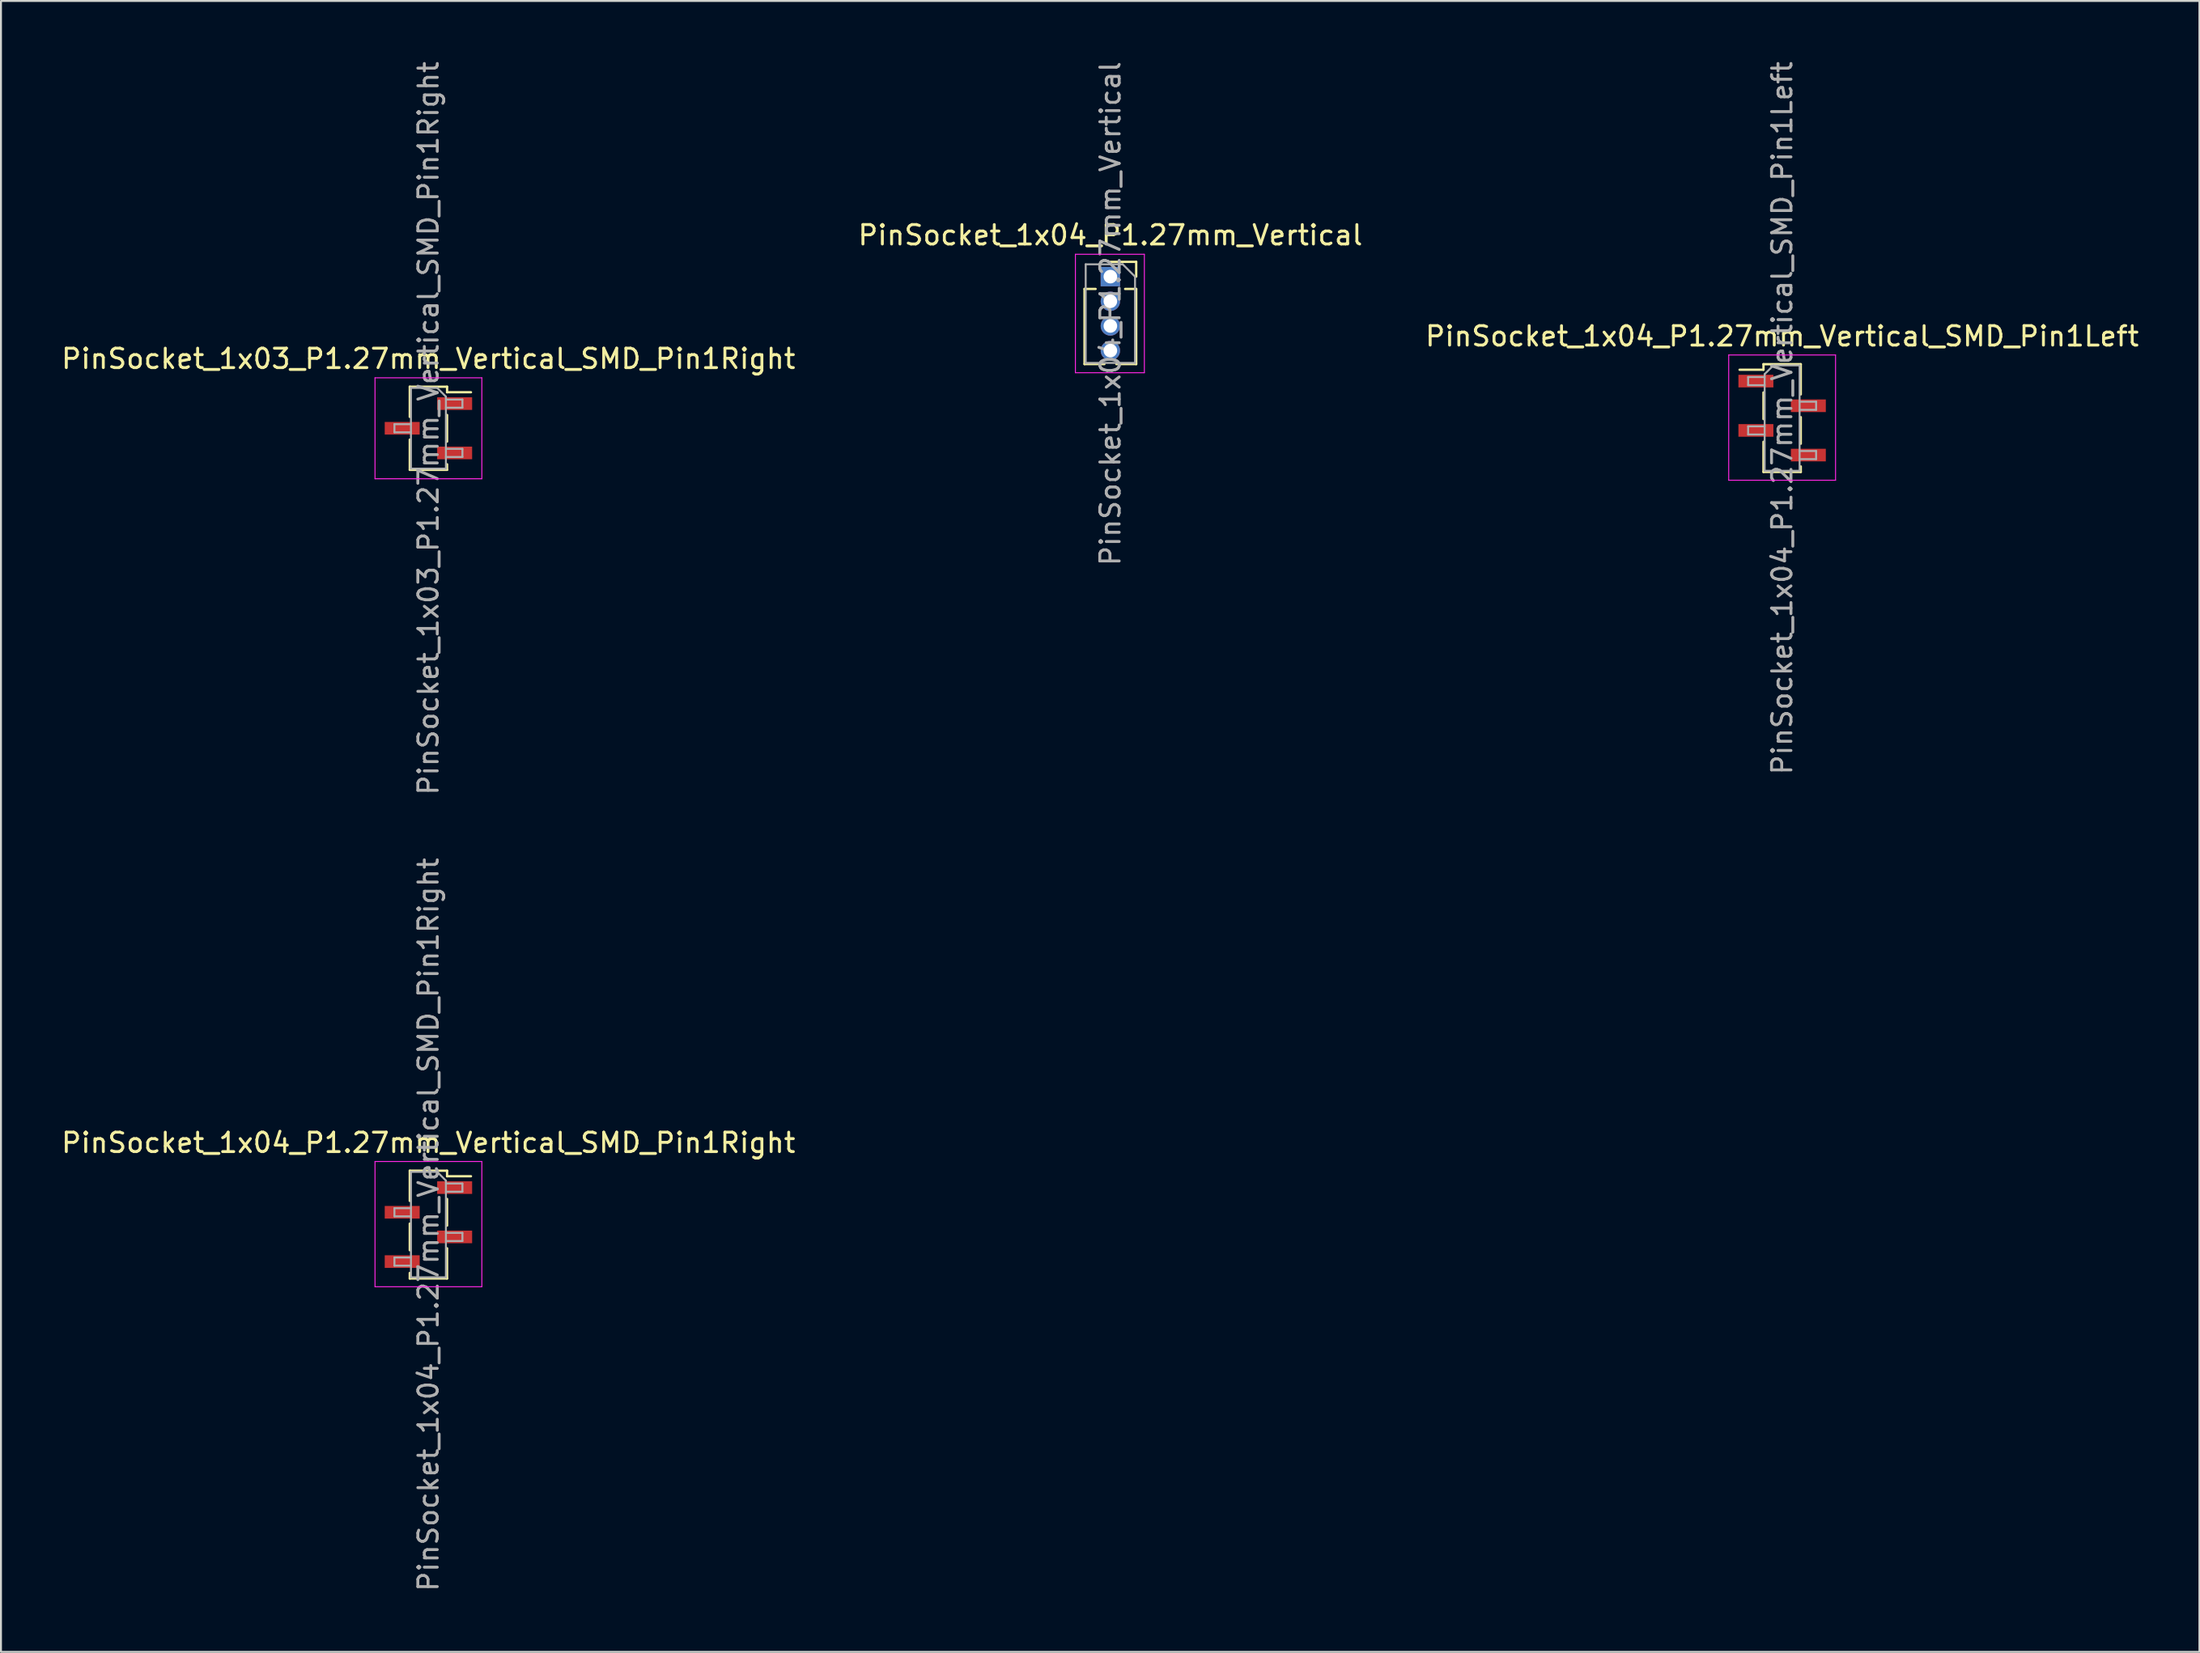
<source format=kicad_pcb>
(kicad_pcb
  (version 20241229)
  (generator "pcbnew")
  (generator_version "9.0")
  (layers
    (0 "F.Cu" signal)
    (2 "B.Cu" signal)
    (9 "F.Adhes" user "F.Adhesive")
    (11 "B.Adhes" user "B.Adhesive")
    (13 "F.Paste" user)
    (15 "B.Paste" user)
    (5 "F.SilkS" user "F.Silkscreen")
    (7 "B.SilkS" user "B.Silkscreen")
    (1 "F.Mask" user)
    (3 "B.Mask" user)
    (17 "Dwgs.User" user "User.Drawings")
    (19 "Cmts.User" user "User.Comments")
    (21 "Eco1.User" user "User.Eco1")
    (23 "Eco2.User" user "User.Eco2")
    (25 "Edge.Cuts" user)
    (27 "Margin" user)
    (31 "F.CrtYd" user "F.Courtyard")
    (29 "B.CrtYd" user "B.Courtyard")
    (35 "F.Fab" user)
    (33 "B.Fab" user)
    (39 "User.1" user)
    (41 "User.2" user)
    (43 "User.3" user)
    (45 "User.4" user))
  (footprint "PinSocket_1x04_P1.27mm_Vertical_SMD_Pin1Right"
    (layer "F.Cu")
    (at 19.006 60.018)
    (property "Reference" "PinSocket_1x04_P1.27mm_Vertical_SMD_Pin1Right" (at 0 -4.215 0) (layer "F.SilkS") (effects (font (size 1 1) (thickness 0.15))))
    (attr smd)
    (fp_line (start -0.96 -2.775) (end -0.96 -1.22) (stroke (width 0.12) (type solid)) (layer "F.SilkS"))
    (fp_line (start -0.96 -2.775) (end 0.96 -2.775) (stroke (width 0.12) (type solid)) (layer "F.SilkS"))
    (fp_line (start -0.96 -0.05) (end -0.96 1.32) (stroke (width 0.12) (type solid)) (layer "F.SilkS"))
    (fp_line (start -0.96 2.49) (end -0.96 2.775) (stroke (width 0.12) (type solid)) (layer "F.SilkS"))
    (fp_line (start -0.96 2.775) (end 0.96 2.775) (stroke (width 0.12) (type solid)) (layer "F.SilkS"))
    (fp_line (start 0.96 -2.775) (end 0.96 -2.49) (stroke (width 0.12) (type solid)) (layer "F.SilkS"))
    (fp_line (start 0.96 -2.49) (end 2.19 -2.49) (stroke (width 0.12) (type solid)) (layer "F.SilkS"))
    (fp_line (start 0.96 -1.32) (end 0.96 0.05) (stroke (width 0.12) (type solid)) (layer "F.SilkS"))
    (fp_line (start 0.96 1.22) (end 0.96 2.775) (stroke (width 0.12) (type solid)) (layer "F.SilkS"))
    (fp_line (start -2.75 -3.25) (end 2.75 -3.25) (stroke (width 0.05) (type solid)) (layer "F.CrtYd"))
    (fp_line (start -2.75 3.2) (end -2.75 -3.25) (stroke (width 0.05) (type solid)) (layer "F.CrtYd"))
    (fp_line (start 2.75 -3.25) (end 2.75 3.2) (stroke (width 0.05) (type solid)) (layer "F.CrtYd"))
    (fp_line (start 2.75 3.2) (end -2.75 3.2) (stroke (width 0.05) (type solid)) (layer "F.CrtYd"))
    (fp_line (start -1.75 -0.845) (end -0.9 -0.845) (stroke (width 0.1) (type solid)) (layer "F.Fab"))
    (fp_line (start -1.75 -0.425) (end -1.75 -0.845) (stroke (width 0.1) (type solid)) (layer "F.Fab"))
    (fp_line (start -1.75 1.695) (end -0.9 1.695) (stroke (width 0.1) (type solid)) (layer "F.Fab"))
    (fp_line (start -1.75 2.115) (end -1.75 1.695) (stroke (width 0.1) (type solid)) (layer "F.Fab"))
    (fp_line (start -0.9 -2.715) (end 0.45 -2.715) (stroke (width 0.1) (type solid)) (layer "F.Fab"))
    (fp_line (start -0.9 -0.425) (end -1.75 -0.425) (stroke (width 0.1) (type solid)) (layer "F.Fab"))
    (fp_line (start -0.9 2.115) (end -1.75 2.115) (stroke (width 0.1) (type solid)) (layer "F.Fab"))
    (fp_line (start -0.9 2.715) (end -0.9 -2.715) (stroke (width 0.1) (type solid)) (layer "F.Fab"))
    (fp_line (start 0.45 -2.715) (end 0.9 -2.265) (stroke (width 0.1) (type solid)) (layer "F.Fab"))
    (fp_line (start 0.9 -2.265) (end 0.9 2.715) (stroke (width 0.1) (type solid)) (layer "F.Fab"))
    (fp_line (start 0.9 -2.115) (end 1.75 -2.115) (stroke (width 0.1) (type solid)) (layer "F.Fab"))
    (fp_line (start 0.9 0.425) (end 1.75 0.425) (stroke (width 0.1) (type solid)) (layer "F.Fab"))
    (fp_line (start 0.9 2.715) (end -0.9 2.715) (stroke (width 0.1) (type solid)) (layer "F.Fab"))
    (fp_line (start 1.75 -2.115) (end 1.75 -1.695) (stroke (width 0.1) (type solid)) (layer "F.Fab"))
    (fp_line (start 1.75 -1.695) (end 0.9 -1.695) (stroke (width 0.1) (type solid)) (layer "F.Fab"))
    (fp_line (start 1.75 0.425) (end 1.75 0.845) (stroke (width 0.1) (type solid)) (layer "F.Fab"))
    (fp_line (start 1.75 0.845) (end 0.9 0.845) (stroke (width 0.1) (type solid)) (layer "F.Fab"))
    (fp_text user "${REFERENCE}" (at 0 0 90) (layer "F.Fab") (effects (font (size 1 1) (thickness 0.15))))
    (pad "1" smd rect (at 1.35 -1.905) (size 1.8 0.65) (layers "F.Cu" "F.Mask" "F.Paste"))
    (pad "2" smd rect (at -1.35 -0.635) (size 1.8 0.65) (layers "F.Cu" "F.Mask" "F.Paste"))
    (pad "3" smd rect (at 1.35 0.635) (size 1.8 0.65) (layers "F.Cu" "F.Mask" "F.Paste"))
    (pad "4" smd rect (at -1.35 1.905) (size 1.8 0.65) (layers "F.Cu" "F.Mask" "F.Paste")))
  (footprint "PinSocket_1x04_P1.27mm_Vertical_SMD_Pin1Left"
    (layer "F.Cu")
    (at 88.696 18.482)
    (property "Reference" "PinSocket_1x04_P1.27mm_Vertical_SMD_Pin1Left" (at 0 -4.215 0) (layer "F.SilkS") (effects (font (size 1 1) (thickness 0.15))))
    (attr smd)
    (fp_line (start -2.19 -2.49) (end -0.96 -2.49) (stroke (width 0.12) (type solid)) (layer "F.SilkS"))
    (fp_line (start -0.96 -2.775) (end -0.96 -2.49) (stroke (width 0.12) (type solid)) (layer "F.SilkS"))
    (fp_line (start -0.96 -2.775) (end 0.96 -2.775) (stroke (width 0.12) (type solid)) (layer "F.SilkS"))
    (fp_line (start -0.96 -1.32) (end -0.96 0.05) (stroke (width 0.12) (type solid)) (layer "F.SilkS"))
    (fp_line (start -0.96 1.22) (end -0.96 2.775) (stroke (width 0.12) (type solid)) (layer "F.SilkS"))
    (fp_line (start -0.96 2.775) (end 0.96 2.775) (stroke (width 0.12) (type solid)) (layer "F.SilkS"))
    (fp_line (start 0.96 -2.775) (end 0.96 -1.22) (stroke (width 0.12) (type solid)) (layer "F.SilkS"))
    (fp_line (start 0.96 -0.05) (end 0.96 1.32) (stroke (width 0.12) (type solid)) (layer "F.SilkS"))
    (fp_line (start 0.96 2.49) (end 0.96 2.775) (stroke (width 0.12) (type solid)) (layer "F.SilkS"))
    (fp_line (start -2.75 -3.25) (end 2.75 -3.25) (stroke (width 0.05) (type solid)) (layer "F.CrtYd"))
    (fp_line (start -2.75 3.2) (end -2.75 -3.25) (stroke (width 0.05) (type solid)) (layer "F.CrtYd"))
    (fp_line (start 2.75 -3.25) (end 2.75 3.2) (stroke (width 0.05) (type solid)) (layer "F.CrtYd"))
    (fp_line (start 2.75 3.2) (end -2.75 3.2) (stroke (width 0.05) (type solid)) (layer "F.CrtYd"))
    (fp_line (start -1.75 -2.115) (end -0.9 -2.115) (stroke (width 0.1) (type solid)) (layer "F.Fab"))
    (fp_line (start -1.75 -1.695) (end -1.75 -2.115) (stroke (width 0.1) (type solid)) (layer "F.Fab"))
    (fp_line (start -1.75 0.425) (end -0.9 0.425) (stroke (width 0.1) (type solid)) (layer "F.Fab"))
    (fp_line (start -1.75 0.845) (end -1.75 0.425) (stroke (width 0.1) (type solid)) (layer "F.Fab"))
    (fp_line (start -0.9 -2.265) (end -0.45 -2.715) (stroke (width 0.1) (type solid)) (layer "F.Fab"))
    (fp_line (start -0.9 -1.695) (end -1.75 -1.695) (stroke (width 0.1) (type solid)) (layer "F.Fab"))
    (fp_line (start -0.9 0.845) (end -1.75 0.845) (stroke (width 0.1) (type solid)) (layer "F.Fab"))
    (fp_line (start -0.9 2.715) (end -0.9 -2.265) (stroke (width 0.1) (type solid)) (layer "F.Fab"))
    (fp_line (start -0.45 -2.715) (end 0.9 -2.715) (stroke (width 0.1) (type solid)) (layer "F.Fab"))
    (fp_line (start 0.9 -2.715) (end 0.9 2.715) (stroke (width 0.1) (type solid)) (layer "F.Fab"))
    (fp_line (start 0.9 -0.845) (end 1.75 -0.845) (stroke (width 0.1) (type solid)) (layer "F.Fab"))
    (fp_line (start 0.9 1.695) (end 1.75 1.695) (stroke (width 0.1) (type solid)) (layer "F.Fab"))
    (fp_line (start 0.9 2.715) (end -0.9 2.715) (stroke (width 0.1) (type solid)) (layer "F.Fab"))
    (fp_line (start 1.75 -0.845) (end 1.75 -0.425) (stroke (width 0.1) (type solid)) (layer "F.Fab"))
    (fp_line (start 1.75 -0.425) (end 0.9 -0.425) (stroke (width 0.1) (type solid)) (layer "F.Fab"))
    (fp_line (start 1.75 1.695) (end 1.75 2.115) (stroke (width 0.1) (type solid)) (layer "F.Fab"))
    (fp_line (start 1.75 2.115) (end 0.9 2.115) (stroke (width 0.1) (type solid)) (layer "F.Fab"))
    (fp_text user "${REFERENCE}" (at 0 0 90) (layer "F.Fab") (effects (font (size 1 1) (thickness 0.15))))
    (pad "1" smd rect (at -1.35 -1.905) (size 1.8 0.65) (layers "F.Cu" "F.Mask" "F.Paste"))
    (pad "2" smd rect (at 1.35 -0.635) (size 1.8 0.65) (layers "F.Cu" "F.Mask" "F.Paste"))
    (pad "3" smd rect (at -1.35 0.635) (size 1.8 0.65) (layers "F.Cu" "F.Mask" "F.Paste"))
    (pad "4" smd rect (at 1.35 1.905) (size 1.8 0.65) (layers "F.Cu" "F.Mask" "F.Paste")))
  (footprint "PinSocket_1x03_P1.27mm_Vertical_SMD_Pin1Right"
    (layer "F.Cu")
    (at 19.006 19.006)
    (property "Reference" "PinSocket_1x03_P1.27mm_Vertical_SMD_Pin1Right" (at 0 -3.58 0) (layer "F.SilkS") (effects (font (size 1 1) (thickness 0.15))))
    (attr smd)
    (fp_line (start -0.96 -2.14) (end -0.96 -0.585) (stroke (width 0.12) (type solid)) (layer "F.SilkS"))
    (fp_line (start -0.96 -2.14) (end 0.96 -2.14) (stroke (width 0.12) (type solid)) (layer "F.SilkS"))
    (fp_line (start -0.96 0.585) (end -0.96 2.14) (stroke (width 0.12) (type solid)) (layer "F.SilkS"))
    (fp_line (start -0.96 2.14) (end 0.96 2.14) (stroke (width 0.12) (type solid)) (layer "F.SilkS"))
    (fp_line (start 0.96 -2.14) (end 0.96 -1.855) (stroke (width 0.12) (type solid)) (layer "F.SilkS"))
    (fp_line (start 0.96 -1.855) (end 2.19 -1.855) (stroke (width 0.12) (type solid)) (layer "F.SilkS"))
    (fp_line (start 0.96 -0.685) (end 0.96 0.685) (stroke (width 0.12) (type solid)) (layer "F.SilkS"))
    (fp_line (start 0.96 1.855) (end 0.96 2.14) (stroke (width 0.12) (type solid)) (layer "F.SilkS"))
    (fp_line (start -2.75 -2.6) (end 2.75 -2.6) (stroke (width 0.05) (type solid)) (layer "F.CrtYd"))
    (fp_line (start -2.75 2.6) (end -2.75 -2.6) (stroke (width 0.05) (type solid)) (layer "F.CrtYd"))
    (fp_line (start 2.75 -2.6) (end 2.75 2.6) (stroke (width 0.05) (type solid)) (layer "F.CrtYd"))
    (fp_line (start 2.75 2.6) (end -2.75 2.6) (stroke (width 0.05) (type solid)) (layer "F.CrtYd"))
    (fp_line (start -1.75 -0.21) (end -0.9 -0.21) (stroke (width 0.1) (type solid)) (layer "F.Fab"))
    (fp_line (start -1.75 0.21) (end -1.75 -0.21) (stroke (width 0.1) (type solid)) (layer "F.Fab"))
    (fp_line (start -0.9 -2.08) (end 0.45 -2.08) (stroke (width 0.1) (type solid)) (layer "F.Fab"))
    (fp_line (start -0.9 0.21) (end -1.75 0.21) (stroke (width 0.1) (type solid)) (layer "F.Fab"))
    (fp_line (start -0.9 2.08) (end -0.9 -2.08) (stroke (width 0.1) (type solid)) (layer "F.Fab"))
    (fp_line (start 0.45 -2.08) (end 0.9 -1.63) (stroke (width 0.1) (type solid)) (layer "F.Fab"))
    (fp_line (start 0.9 -1.63) (end 0.9 2.08) (stroke (width 0.1) (type solid)) (layer "F.Fab"))
    (fp_line (start 0.9 -1.48) (end 1.75 -1.48) (stroke (width 0.1) (type solid)) (layer "F.Fab"))
    (fp_line (start 0.9 1.06) (end 1.75 1.06) (stroke (width 0.1) (type solid)) (layer "F.Fab"))
    (fp_line (start 0.9 2.08) (end -0.9 2.08) (stroke (width 0.1) (type solid)) (layer "F.Fab"))
    (fp_line (start 1.75 -1.48) (end 1.75 -1.06) (stroke (width 0.1) (type solid)) (layer "F.Fab"))
    (fp_line (start 1.75 -1.06) (end 0.9 -1.06) (stroke (width 0.1) (type solid)) (layer "F.Fab"))
    (fp_line (start 1.75 1.06) (end 1.75 1.48) (stroke (width 0.1) (type solid)) (layer "F.Fab"))
    (fp_line (start 1.75 1.48) (end 0.9 1.48) (stroke (width 0.1) (type solid)) (layer "F.Fab"))
    (fp_text user "${REFERENCE}" (at 0 0 90) (layer "F.Fab") (effects (font (size 1 1) (thickness 0.15))))
    (pad "1" smd rect (at 1.35 -1.27) (size 1.8 0.65) (layers "F.Cu" "F.Mask" "F.Paste"))
    (pad "2" smd rect (at -1.35 0) (size 1.8 0.65) (layers "F.Cu" "F.Mask" "F.Paste"))
    (pad "3" smd rect (at 1.35 1.27) (size 1.8 0.65) (layers "F.Cu" "F.Mask" "F.Paste")))
  (footprint "PinSocket_1x04_P1.27mm_Vertical"
    (layer "F.Cu")
    (at 54.113 11.196)
    (property "Reference" "PinSocket_1x04_P1.27mm_Vertical" (at 0 -2.135 0) (layer "F.SilkS") (effects (font (size 1 1) (thickness 0.15))))
    (attr through_hole)
    (fp_line (start -1.33 0.635) (end -1.33 4.505) (stroke (width 0.12) (type solid)) (layer "F.SilkS"))
    (fp_line (start -1.33 0.635) (end -0.76 0.635) (stroke (width 0.12) (type solid)) (layer "F.SilkS"))
    (fp_line (start -1.33 4.505) (end -0.308 4.505) (stroke (width 0.12) (type solid)) (layer "F.SilkS"))
    (fp_line (start 0 -0.76) (end 1.33 -0.76) (stroke (width 0.12) (type solid)) (layer "F.SilkS"))
    (fp_line (start 0.308 4.505) (end 1.33 4.505) (stroke (width 0.12) (type solid)) (layer "F.SilkS"))
    (fp_line (start 0.76 0.635) (end 1.33 0.635) (stroke (width 0.12) (type solid)) (layer "F.SilkS"))
    (fp_line (start 1.33 -0.76) (end 1.33 0) (stroke (width 0.12) (type solid)) (layer "F.SilkS"))
    (fp_line (start 1.33 0.635) (end 1.33 4.505) (stroke (width 0.12) (type solid)) (layer "F.SilkS"))
    (fp_line (start -1.8 -1.15) (end 1.75 -1.15) (stroke (width 0.05) (type solid)) (layer "F.CrtYd"))
    (fp_line (start -1.8 4.95) (end -1.8 -1.15) (stroke (width 0.05) (type solid)) (layer "F.CrtYd"))
    (fp_line (start 1.75 -1.15) (end 1.75 4.95) (stroke (width 0.05) (type solid)) (layer "F.CrtYd"))
    (fp_line (start 1.75 4.95) (end -1.8 4.95) (stroke (width 0.05) (type solid)) (layer "F.CrtYd"))
    (fp_line (start -1.27 -0.635) (end 0.635 -0.635) (stroke (width 0.1) (type solid)) (layer "F.Fab"))
    (fp_line (start -1.27 4.445) (end -1.27 -0.635) (stroke (width 0.1) (type solid)) (layer "F.Fab"))
    (fp_line (start 0.635 -0.635) (end 1.27 0) (stroke (width 0.1) (type solid)) (layer "F.Fab"))
    (fp_line (start 1.27 0) (end 1.27 4.445) (stroke (width 0.1) (type solid)) (layer "F.Fab"))
    (fp_line (start 1.27 4.445) (end -1.27 4.445) (stroke (width 0.1) (type solid)) (layer "F.Fab"))
    (fp_text user "${REFERENCE}" (at 0 1.905 90) (layer "F.Fab") (effects (font (size 1 1) (thickness 0.15))))
    (pad "1" thru_hole rect (at 0 0) (size 1 1) (drill 0.7) (layers "*.Cu" "*.Mask"))
    (pad "2" thru_hole oval (at 0 1.27) (size 1 1) (drill 0.7) (layers "*.Cu" "*.Mask"))
    (pad "3" thru_hole oval (at 0 2.54) (size 1 1) (drill 0.7) (layers "*.Cu" "*.Mask"))
    (pad "4" thru_hole oval (at 0 3.81) (size 1 1) (drill 0.7) (layers "*.Cu" "*.Mask")))
  (gr_rect
    (start -3 -3)
    (end 110.179 82.024)
    (stroke (width 0.1) (type default))
    (fill no)
    (layer "Edge.Cuts")))
</source>
